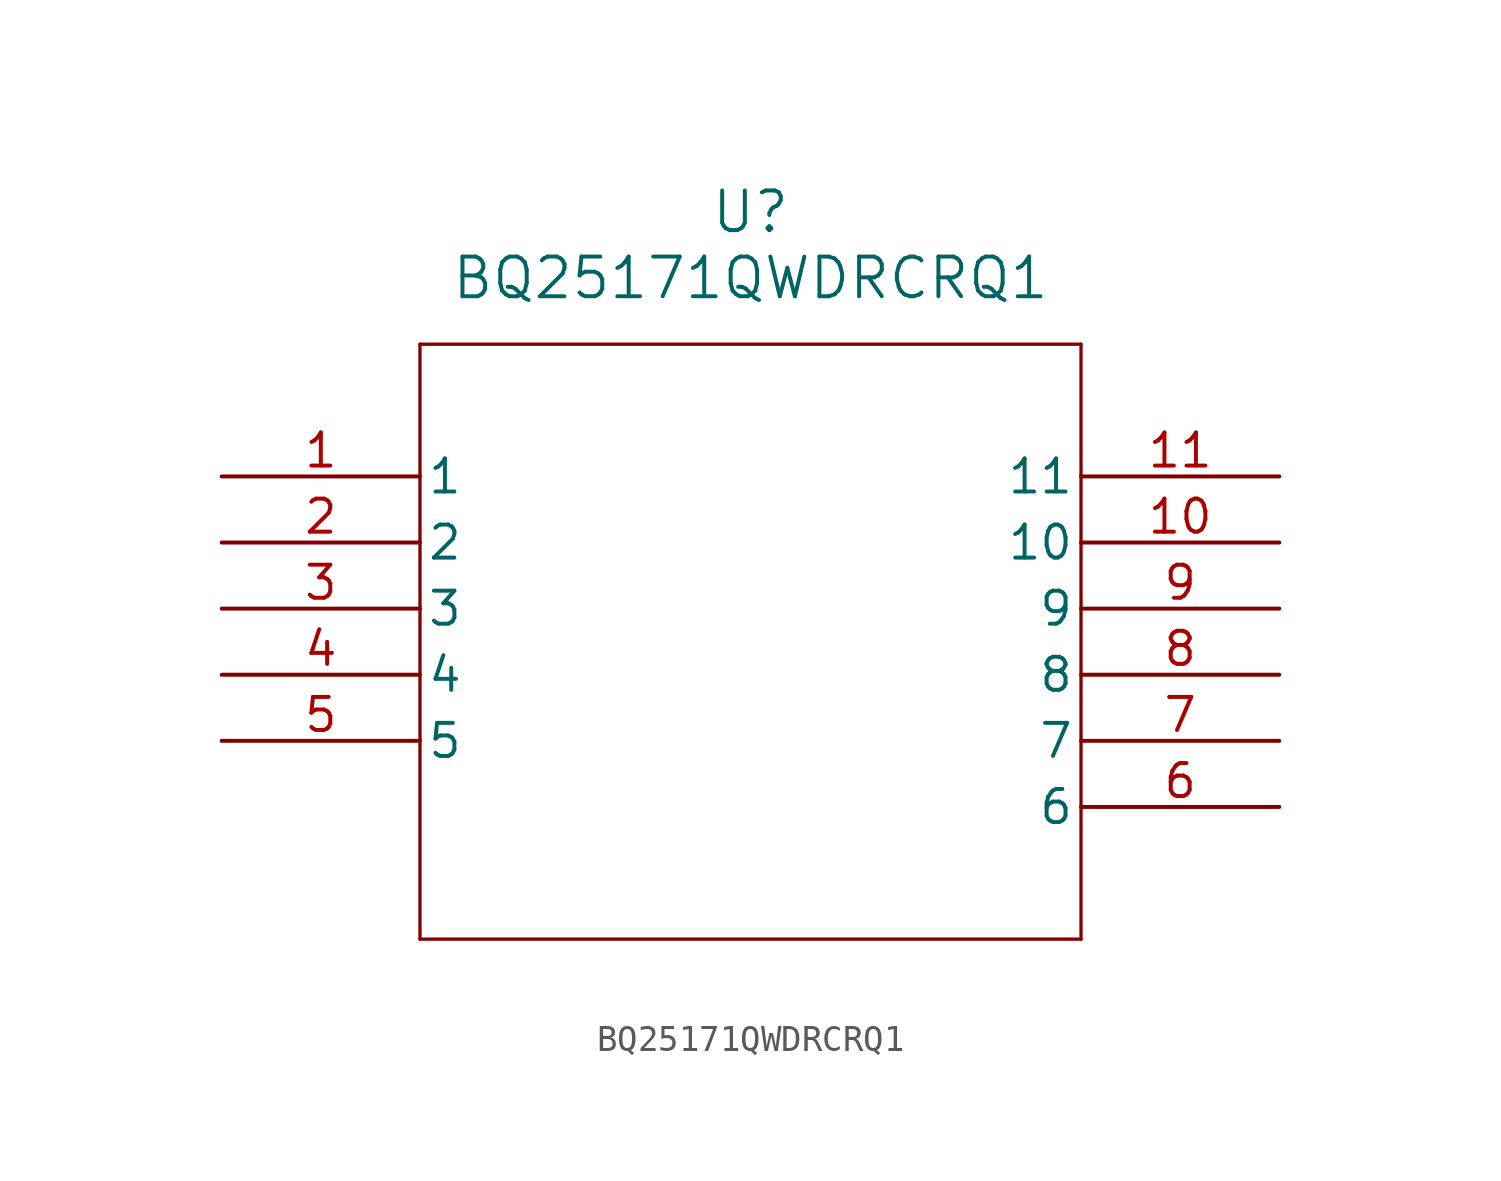
<source format=kicad_sym>
(kicad_symbol_lib
  (version 20211014)
  (generator kicad_symbol_editor)
  (symbol "BQ25171QWDRCRQ1"
    (pin_names
      (offset 0.254))
    (property "Reference" "U"
      (at 20.32 10.16 0)
      (effects (font (size 1.524 1.524))))
    (property "Value" "BQ25171QWDRCRQ1"
      (at 20.32 7.62 0)
      (effects (font (size 1.524 1.524))))
    (symbol "BQ25171QWDRCRQ1_0_1"
      (polyline (pts (xy 7.62 5.08) (xy 7.62 -17.78)) (stroke (width 0.127) (type default) (color 0 0 0 0)) (fill (type none)))
      (polyline (pts (xy 7.62 -17.78) (xy 33.02 -17.78)) (stroke (width 0.127) (type default) (color 0 0 0 0)) (fill (type none)))
      (polyline (pts (xy 33.02 -17.78) (xy 33.02 5.08)) (stroke (width 0.127) (type default) (color 0 0 0 0)) (fill (type none)))
      (polyline (pts (xy 33.02 5.08) (xy 7.62 5.08)) (stroke (width 0.127) (type default) (color 0 0 0 0)) (fill (type none)))
      (pin unspecified line (at 0 0 0) (length 7.62) (name "1" (effects (font (size 1.27 1.27)))) (number "1" (effects (font (size 1.27 1.27)))))
      (pin unspecified line (at 0 -2.54 0) (length 7.62) (name "2" (effects (font (size 1.27 1.27)))) (number "2" (effects (font (size 1.27 1.27)))))
      (pin unspecified line (at 0 -5.08 0) (length 7.62) (name "3" (effects (font (size 1.27 1.27)))) (number "3" (effects (font (size 1.27 1.27)))))
      (pin unspecified line (at 0 -7.62 0) (length 7.62) (name "4" (effects (font (size 1.27 1.27)))) (number "4" (effects (font (size 1.27 1.27)))))
      (pin unspecified line (at 0 -10.16 0) (length 7.62) (name "5" (effects (font (size 1.27 1.27)))) (number "5" (effects (font (size 1.27 1.27)))))
      (pin unspecified line (at 40.64 -12.7 180) (length 7.62) (name "6" (effects (font (size 1.27 1.27)))) (number "6" (effects (font (size 1.27 1.27)))))
      (pin unspecified line (at 40.64 -10.16 180) (length 7.62) (name "7" (effects (font (size 1.27 1.27)))) (number "7" (effects (font (size 1.27 1.27)))))
      (pin unspecified line (at 40.64 -7.62 180) (length 7.62) (name "8" (effects (font (size 1.27 1.27)))) (number "8" (effects (font (size 1.27 1.27)))))
      (pin unspecified line (at 40.64 -5.08 180) (length 7.62) (name "9" (effects (font (size 1.27 1.27)))) (number "9" (effects (font (size 1.27 1.27)))))
      (pin unspecified line (at 40.64 -2.54 180) (length 7.62) (name "10" (effects (font (size 1.27 1.27)))) (number "10" (effects (font (size 1.27 1.27)))))
      (pin unspecified line (at 40.64 0 180) (length 7.62) (name "11" (effects (font (size 1.27 1.27)))) (number "11" (effects (font (size 1.27 1.27))))))))
</source>
